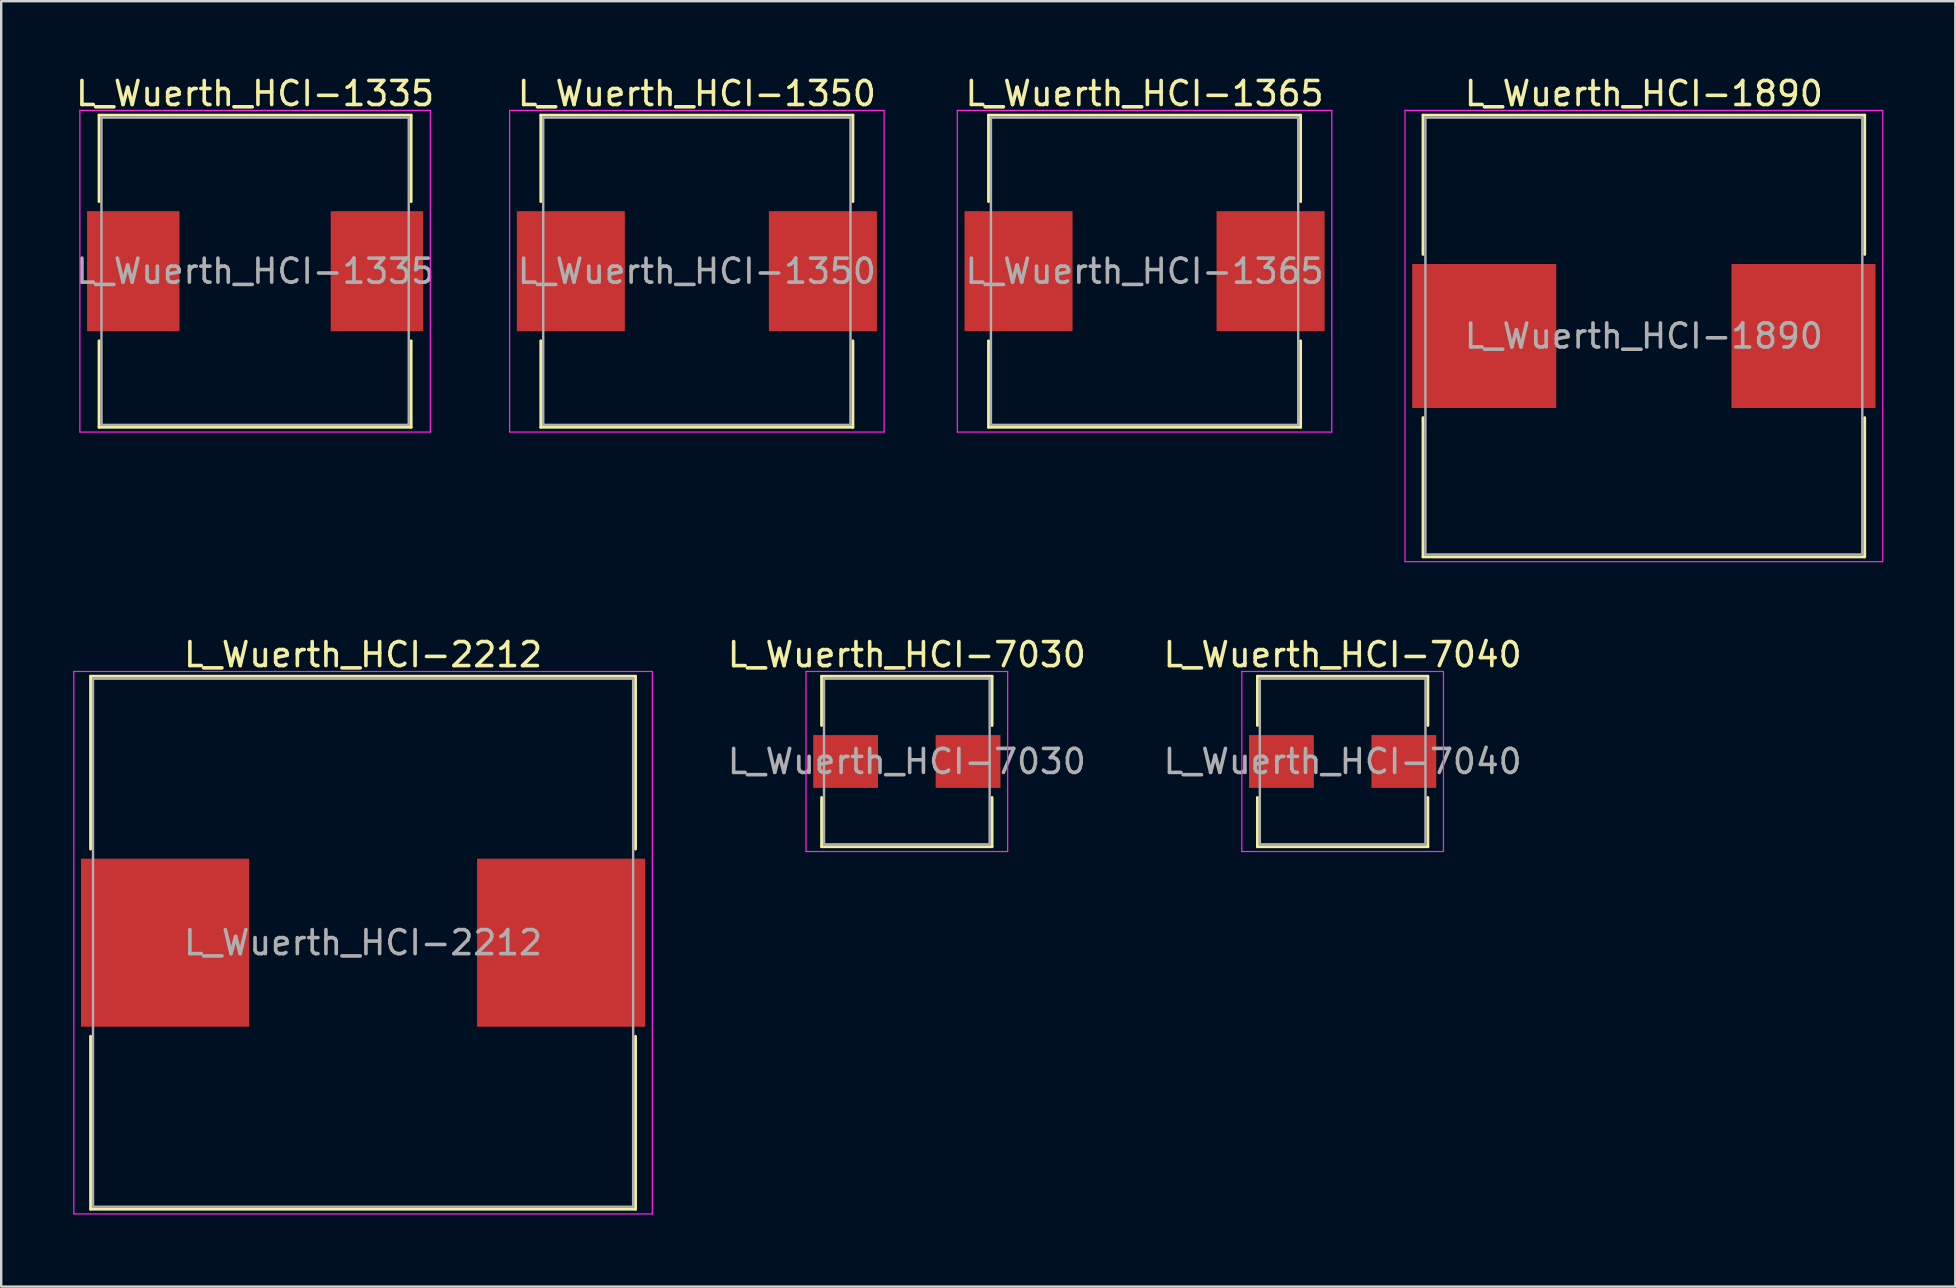
<source format=kicad_pcb>
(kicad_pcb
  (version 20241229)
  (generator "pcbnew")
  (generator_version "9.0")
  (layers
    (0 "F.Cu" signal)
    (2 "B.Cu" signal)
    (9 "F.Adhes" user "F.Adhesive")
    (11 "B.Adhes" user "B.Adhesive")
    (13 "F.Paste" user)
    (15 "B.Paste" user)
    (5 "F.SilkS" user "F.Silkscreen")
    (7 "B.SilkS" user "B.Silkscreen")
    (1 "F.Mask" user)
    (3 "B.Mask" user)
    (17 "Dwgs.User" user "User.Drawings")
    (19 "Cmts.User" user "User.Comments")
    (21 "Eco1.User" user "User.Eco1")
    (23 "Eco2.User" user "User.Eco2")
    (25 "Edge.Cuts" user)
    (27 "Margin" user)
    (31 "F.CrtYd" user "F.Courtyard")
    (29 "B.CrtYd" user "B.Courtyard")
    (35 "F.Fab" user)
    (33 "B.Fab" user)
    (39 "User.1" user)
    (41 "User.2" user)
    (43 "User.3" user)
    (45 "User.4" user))
  (footprint "L_Wuerth_HCI-7040"
    (layer "F.Cu")
    (at 52.882 28.672)
    (property "Reference" "L_Wuerth_HCI-7040" (at 0 -4.45 0) (layer "F.SilkS") (effects (font (size 1 1) (thickness 0.15))))
    (attr smd)
    (fp_line (start -3.55 -3.55) (end 3.55 -3.55) (stroke (width 0.12) (type solid)) (layer "F.SilkS"))
    (fp_line (start -3.55 -1.5) (end -3.55 -3.55) (stroke (width 0.12) (type solid)) (layer "F.SilkS"))
    (fp_line (start -3.55 1.5) (end -3.55 3.55) (stroke (width 0.12) (type solid)) (layer "F.SilkS"))
    (fp_line (start -3.55 3.55) (end 3.55 3.55) (stroke (width 0.12) (type solid)) (layer "F.SilkS"))
    (fp_line (start 3.55 -3.55) (end 3.55 -1.5) (stroke (width 0.12) (type solid)) (layer "F.SilkS"))
    (fp_line (start 3.55 3.55) (end 3.55 1.5) (stroke (width 0.12) (type solid)) (layer "F.SilkS"))
    (fp_line (start -4.2 -3.75) (end -4.2 3.75) (stroke (width 0.05) (type solid)) (layer "F.CrtYd"))
    (fp_line (start -4.2 3.75) (end 4.2 3.75) (stroke (width 0.05) (type solid)) (layer "F.CrtYd"))
    (fp_line (start 4.2 -3.75) (end -4.2 -3.75) (stroke (width 0.05) (type solid)) (layer "F.CrtYd"))
    (fp_line (start 4.2 3.75) (end 4.2 -3.75) (stroke (width 0.05) (type solid)) (layer "F.CrtYd"))
    (fp_line (start -3.45 -3.45) (end -3.45 3.45) (stroke (width 0.1) (type solid)) (layer "F.Fab"))
    (fp_line (start -3.45 3.45) (end 3.45 3.45) (stroke (width 0.1) (type solid)) (layer "F.Fab"))
    (fp_line (start 3.45 -3.45) (end -3.45 -3.45) (stroke (width 0.1) (type solid)) (layer "F.Fab"))
    (fp_line (start 3.45 3.45) (end 3.45 -3.45) (stroke (width 0.1) (type solid)) (layer "F.Fab"))
    (fp_text user "${REFERENCE}" (at 0 0 0) (layer "F.Fab") (effects (font (size 1 1) (thickness 0.15))))
    (pad "1" smd rect (at -2.55 0) (size 2.7 2.2) (layers "F.Cu" "F.Mask" "F.Paste"))
    (pad "2" smd rect (at 2.55 0) (size 2.7 2.2) (layers "F.Cu" "F.Mask" "F.Paste")))
  (footprint "L_Wuerth_HCI-1350"
    (layer "F.Cu")
    (at 25.98 8.248)
    (property "Reference" "L_Wuerth_HCI-1350" (at 0 -7.4 0) (layer "F.SilkS") (effects (font (size 1 1) (thickness 0.15))))
    (attr smd)
    (fp_line (start -6.5 -6.5) (end 6.5 -6.5) (stroke (width 0.12) (type solid)) (layer "F.SilkS"))
    (fp_line (start -6.5 -2.9) (end -6.5 -6.5) (stroke (width 0.12) (type solid)) (layer "F.SilkS"))
    (fp_line (start -6.5 2.9) (end -6.5 6.5) (stroke (width 0.12) (type solid)) (layer "F.SilkS"))
    (fp_line (start -6.5 6.5) (end 6.5 6.5) (stroke (width 0.12) (type solid)) (layer "F.SilkS"))
    (fp_line (start 6.5 -6.5) (end 6.5 -2.9) (stroke (width 0.12) (type solid)) (layer "F.SilkS"))
    (fp_line (start 6.5 6.5) (end 6.5 2.9) (stroke (width 0.12) (type solid)) (layer "F.SilkS"))
    (fp_line (start -7.8 -6.7) (end -7.8 6.7) (stroke (width 0.05) (type solid)) (layer "F.CrtYd"))
    (fp_line (start -7.8 6.7) (end 7.8 6.7) (stroke (width 0.05) (type solid)) (layer "F.CrtYd"))
    (fp_line (start 7.8 -6.7) (end -7.8 -6.7) (stroke (width 0.05) (type solid)) (layer "F.CrtYd"))
    (fp_line (start 7.8 6.7) (end 7.8 -6.7) (stroke (width 0.05) (type solid)) (layer "F.CrtYd"))
    (fp_line (start -6.4 -6.4) (end -6.4 6.4) (stroke (width 0.1) (type solid)) (layer "F.Fab"))
    (fp_line (start -6.4 6.4) (end 6.4 6.4) (stroke (width 0.1) (type solid)) (layer "F.Fab"))
    (fp_line (start 6.4 -6.4) (end -6.4 -6.4) (stroke (width 0.1) (type solid)) (layer "F.Fab"))
    (fp_line (start 6.4 6.4) (end 6.4 -6.4) (stroke (width 0.1) (type solid)) (layer "F.Fab"))
    (fp_text user "${REFERENCE}" (at 0 0 0) (layer "F.Fab") (effects (font (size 1 1) (thickness 0.15))))
    (pad "1" smd rect (at -5.25 0) (size 4.5 5) (layers "F.Cu" "F.Mask" "F.Paste"))
    (pad "2" smd rect (at 5.25 0) (size 4.5 5) (layers "F.Cu" "F.Mask" "F.Paste")))
  (footprint "L_Wuerth_HCI-1335"
    (layer "F.Cu")
    (at 7.577 8.248)
    (property "Reference" "L_Wuerth_HCI-1335" (at 0 -7.4 0) (layer "F.SilkS") (effects (font (size 1 1) (thickness 0.15))))
    (attr smd)
    (fp_line (start -6.5 -6.5) (end 6.5 -6.5) (stroke (width 0.12) (type solid)) (layer "F.SilkS"))
    (fp_line (start -6.5 -2.9) (end -6.5 -6.5) (stroke (width 0.12) (type solid)) (layer "F.SilkS"))
    (fp_line (start -6.5 2.9) (end -6.5 6.5) (stroke (width 0.12) (type solid)) (layer "F.SilkS"))
    (fp_line (start -6.5 6.5) (end 6.5 6.5) (stroke (width 0.12) (type solid)) (layer "F.SilkS"))
    (fp_line (start 6.5 -6.5) (end 6.5 -2.9) (stroke (width 0.12) (type solid)) (layer "F.SilkS"))
    (fp_line (start 6.5 6.5) (end 6.5 2.9) (stroke (width 0.12) (type solid)) (layer "F.SilkS"))
    (fp_line (start -7.3 -6.7) (end -7.3 6.7) (stroke (width 0.05) (type solid)) (layer "F.CrtYd"))
    (fp_line (start -7.3 6.7) (end 7.3 6.7) (stroke (width 0.05) (type solid)) (layer "F.CrtYd"))
    (fp_line (start 7.3 -6.7) (end -7.3 -6.7) (stroke (width 0.05) (type solid)) (layer "F.CrtYd"))
    (fp_line (start 7.3 6.7) (end 7.3 -6.7) (stroke (width 0.05) (type solid)) (layer "F.CrtYd"))
    (fp_line (start -6.4 -6.4) (end -6.4 6.4) (stroke (width 0.1) (type solid)) (layer "F.Fab"))
    (fp_line (start -6.4 6.4) (end 6.4 6.4) (stroke (width 0.1) (type solid)) (layer "F.Fab"))
    (fp_line (start 6.4 -6.4) (end -6.4 -6.4) (stroke (width 0.1) (type solid)) (layer "F.Fab"))
    (fp_line (start 6.4 6.4) (end 6.4 -6.4) (stroke (width 0.1) (type solid)) (layer "F.Fab"))
    (fp_text user "${REFERENCE}" (at 0 0 0) (layer "F.Fab") (effects (font (size 1 1) (thickness 0.15))))
    (pad "1" smd rect (at -5.075 0) (size 3.85 5) (layers "F.Cu" "F.Mask" "F.Paste"))
    (pad "2" smd rect (at 5.075 0) (size 3.85 5) (layers "F.Cu" "F.Mask" "F.Paste")))
  (footprint "L_Wuerth_HCI-2212"
    (layer "F.Cu")
    (at 12.075 36.221)
    (property "Reference" "L_Wuerth_HCI-2212" (at 0 -12 0) (layer "F.SilkS") (effects (font (size 1 1) (thickness 0.15))))
    (attr smd)
    (fp_line (start -11.35 -11.1) (end 11.35 -11.1) (stroke (width 0.12) (type solid)) (layer "F.SilkS"))
    (fp_line (start -11.35 -3.9) (end -11.35 -11.1) (stroke (width 0.12) (type solid)) (layer "F.SilkS"))
    (fp_line (start -11.35 3.9) (end -11.35 11.1) (stroke (width 0.12) (type solid)) (layer "F.SilkS"))
    (fp_line (start -11.35 11.1) (end 11.35 11.1) (stroke (width 0.12) (type solid)) (layer "F.SilkS"))
    (fp_line (start 11.35 -11.1) (end 11.35 -3.9) (stroke (width 0.12) (type solid)) (layer "F.SilkS"))
    (fp_line (start 11.35 11.1) (end 11.35 3.9) (stroke (width 0.12) (type solid)) (layer "F.SilkS"))
    (fp_line (start -12.05 -11.3) (end -12.05 11.3) (stroke (width 0.05) (type solid)) (layer "F.CrtYd"))
    (fp_line (start -12.05 11.3) (end 12.05 11.3) (stroke (width 0.05) (type solid)) (layer "F.CrtYd"))
    (fp_line (start 12.05 -11.3) (end -12.05 -11.3) (stroke (width 0.05) (type solid)) (layer "F.CrtYd"))
    (fp_line (start 12.05 11.3) (end 12.05 -11.3) (stroke (width 0.05) (type solid)) (layer "F.CrtYd"))
    (fp_line (start -11.25 -11) (end -11.25 11) (stroke (width 0.1) (type solid)) (layer "F.Fab"))
    (fp_line (start -11.25 11) (end 11.25 11) (stroke (width 0.1) (type solid)) (layer "F.Fab"))
    (fp_line (start 11.25 -11) (end -11.25 -11) (stroke (width 0.1) (type solid)) (layer "F.Fab"))
    (fp_line (start 11.25 11) (end 11.25 -11) (stroke (width 0.1) (type solid)) (layer "F.Fab"))
    (fp_text user "${REFERENCE}" (at 0 0 0) (layer "F.Fab") (effects (font (size 1 1) (thickness 0.15))))
    (pad "1" smd rect (at -8.25 0) (size 7 7) (layers "F.Cu" "F.Mask" "F.Paste"))
    (pad "2" smd rect (at 8.25 0) (size 7 7) (layers "F.Cu" "F.Mask" "F.Paste")))
  (footprint "L_Wuerth_HCI-1365"
    (layer "F.Cu")
    (at 44.63 8.248)
    (property "Reference" "L_Wuerth_HCI-1365" (at 0 -7.4 0) (layer "F.SilkS") (effects (font (size 1 1) (thickness 0.15))))
    (attr smd)
    (fp_line (start -6.5 -6.5) (end 6.5 -6.5) (stroke (width 0.12) (type solid)) (layer "F.SilkS"))
    (fp_line (start -6.5 -2.9) (end -6.5 -6.5) (stroke (width 0.12) (type solid)) (layer "F.SilkS"))
    (fp_line (start -6.5 2.9) (end -6.5 6.5) (stroke (width 0.12) (type solid)) (layer "F.SilkS"))
    (fp_line (start -6.5 6.5) (end 6.5 6.5) (stroke (width 0.12) (type solid)) (layer "F.SilkS"))
    (fp_line (start 6.5 -6.5) (end 6.5 -2.9) (stroke (width 0.12) (type solid)) (layer "F.SilkS"))
    (fp_line (start 6.5 6.5) (end 6.5 2.9) (stroke (width 0.12) (type solid)) (layer "F.SilkS"))
    (fp_line (start -7.8 -6.7) (end -7.8 6.7) (stroke (width 0.05) (type solid)) (layer "F.CrtYd"))
    (fp_line (start -7.8 6.7) (end 7.8 6.7) (stroke (width 0.05) (type solid)) (layer "F.CrtYd"))
    (fp_line (start 7.8 -6.7) (end -7.8 -6.7) (stroke (width 0.05) (type solid)) (layer "F.CrtYd"))
    (fp_line (start 7.8 6.7) (end 7.8 -6.7) (stroke (width 0.05) (type solid)) (layer "F.CrtYd"))
    (fp_line (start -6.4 -6.4) (end -6.4 6.4) (stroke (width 0.1) (type solid)) (layer "F.Fab"))
    (fp_line (start -6.4 6.4) (end 6.4 6.4) (stroke (width 0.1) (type solid)) (layer "F.Fab"))
    (fp_line (start 6.4 -6.4) (end -6.4 -6.4) (stroke (width 0.1) (type solid)) (layer "F.Fab"))
    (fp_line (start 6.4 6.4) (end 6.4 -6.4) (stroke (width 0.1) (type solid)) (layer "F.Fab"))
    (fp_text user "${REFERENCE}" (at 0 0 0) (layer "F.Fab") (effects (font (size 1 1) (thickness 0.15))))
    (pad "1" smd rect (at -5.25 0) (size 4.5 5) (layers "F.Cu" "F.Mask" "F.Paste"))
    (pad "2" smd rect (at 5.25 0) (size 4.5 5) (layers "F.Cu" "F.Mask" "F.Paste")))
  (footprint "L_Wuerth_HCI-7030"
    (layer "F.Cu")
    (at 34.727 28.672)
    (property "Reference" "L_Wuerth_HCI-7030" (at 0 -4.45 0) (layer "F.SilkS") (effects (font (size 1 1) (thickness 0.15))))
    (attr smd)
    (fp_line (start -3.55 -3.55) (end 3.55 -3.55) (stroke (width 0.12) (type solid)) (layer "F.SilkS"))
    (fp_line (start -3.55 -1.5) (end -3.55 -3.55) (stroke (width 0.12) (type solid)) (layer "F.SilkS"))
    (fp_line (start -3.55 1.5) (end -3.55 3.55) (stroke (width 0.12) (type solid)) (layer "F.SilkS"))
    (fp_line (start -3.55 3.55) (end 3.55 3.55) (stroke (width 0.12) (type solid)) (layer "F.SilkS"))
    (fp_line (start 3.55 -3.55) (end 3.55 -1.5) (stroke (width 0.12) (type solid)) (layer "F.SilkS"))
    (fp_line (start 3.55 3.55) (end 3.55 1.5) (stroke (width 0.12) (type solid)) (layer "F.SilkS"))
    (fp_line (start -4.2 -3.75) (end -4.2 3.75) (stroke (width 0.05) (type solid)) (layer "F.CrtYd"))
    (fp_line (start -4.2 3.75) (end 4.2 3.75) (stroke (width 0.05) (type solid)) (layer "F.CrtYd"))
    (fp_line (start 4.2 -3.75) (end -4.2 -3.75) (stroke (width 0.05) (type solid)) (layer "F.CrtYd"))
    (fp_line (start 4.2 3.75) (end 4.2 -3.75) (stroke (width 0.05) (type solid)) (layer "F.CrtYd"))
    (fp_line (start -3.45 -3.45) (end -3.45 3.45) (stroke (width 0.1) (type solid)) (layer "F.Fab"))
    (fp_line (start -3.45 3.45) (end 3.45 3.45) (stroke (width 0.1) (type solid)) (layer "F.Fab"))
    (fp_line (start 3.45 -3.45) (end -3.45 -3.45) (stroke (width 0.1) (type solid)) (layer "F.Fab"))
    (fp_line (start 3.45 3.45) (end 3.45 -3.45) (stroke (width 0.1) (type solid)) (layer "F.Fab"))
    (fp_text user "${REFERENCE}" (at 0 0 0) (layer "F.Fab") (effects (font (size 1 1) (thickness 0.15))))
    (pad "1" smd rect (at -2.55 0) (size 2.7 2.2) (layers "F.Cu" "F.Mask" "F.Paste"))
    (pad "2" smd rect (at 2.55 0) (size 2.7 2.2) (layers "F.Cu" "F.Mask" "F.Paste")))
  (footprint "L_Wuerth_HCI-1890"
    (layer "F.Cu")
    (at 65.43 10.948)
    (property "Reference" "L_Wuerth_HCI-1890" (at 0 -10.1 0) (layer "F.SilkS") (effects (font (size 1 1) (thickness 0.15))))
    (attr smd)
    (fp_line (start -9.2 -9.2) (end 9.2 -9.2) (stroke (width 0.12) (type solid)) (layer "F.SilkS"))
    (fp_line (start -9.2 -3.4) (end -9.2 -9.2) (stroke (width 0.12) (type solid)) (layer "F.SilkS"))
    (fp_line (start -9.2 3.4) (end -9.2 9.2) (stroke (width 0.12) (type solid)) (layer "F.SilkS"))
    (fp_line (start -9.2 9.2) (end 9.2 9.2) (stroke (width 0.12) (type solid)) (layer "F.SilkS"))
    (fp_line (start 9.2 -9.2) (end 9.2 -3.4) (stroke (width 0.12) (type solid)) (layer "F.SilkS"))
    (fp_line (start 9.2 9.2) (end 9.2 3.4) (stroke (width 0.12) (type solid)) (layer "F.SilkS"))
    (fp_line (start -9.95 -9.4) (end -9.95 9.4) (stroke (width 0.05) (type solid)) (layer "F.CrtYd"))
    (fp_line (start -9.95 9.4) (end 9.95 9.4) (stroke (width 0.05) (type solid)) (layer "F.CrtYd"))
    (fp_line (start 9.95 -9.4) (end -9.95 -9.4) (stroke (width 0.05) (type solid)) (layer "F.CrtYd"))
    (fp_line (start 9.95 9.4) (end 9.95 -9.4) (stroke (width 0.05) (type solid)) (layer "F.CrtYd"))
    (fp_line (start -9.1 -9.1) (end -9.1 9.1) (stroke (width 0.1) (type solid)) (layer "F.Fab"))
    (fp_line (start -9.1 9.1) (end 9.1 9.1) (stroke (width 0.1) (type solid)) (layer "F.Fab"))
    (fp_line (start 9.1 -9.1) (end -9.1 -9.1) (stroke (width 0.1) (type solid)) (layer "F.Fab"))
    (fp_line (start 9.1 9.1) (end 9.1 -9.1) (stroke (width 0.1) (type solid)) (layer "F.Fab"))
    (fp_text user "${REFERENCE}" (at 0 0 0) (layer "F.Fab") (effects (font (size 1 1) (thickness 0.15))))
    (pad "1" smd rect (at -6.65 0) (size 6 6) (layers "F.Cu" "F.Mask" "F.Paste"))
    (pad "2" smd rect (at 6.65 0) (size 6 6) (layers "F.Cu" "F.Mask" "F.Paste")))
  (gr_rect
    (start -3 -3)
    (end 78.405 50.547)
    (stroke (width 0.1) (type default))
    (fill no)
    (layer "Edge.Cuts")))
</source>
